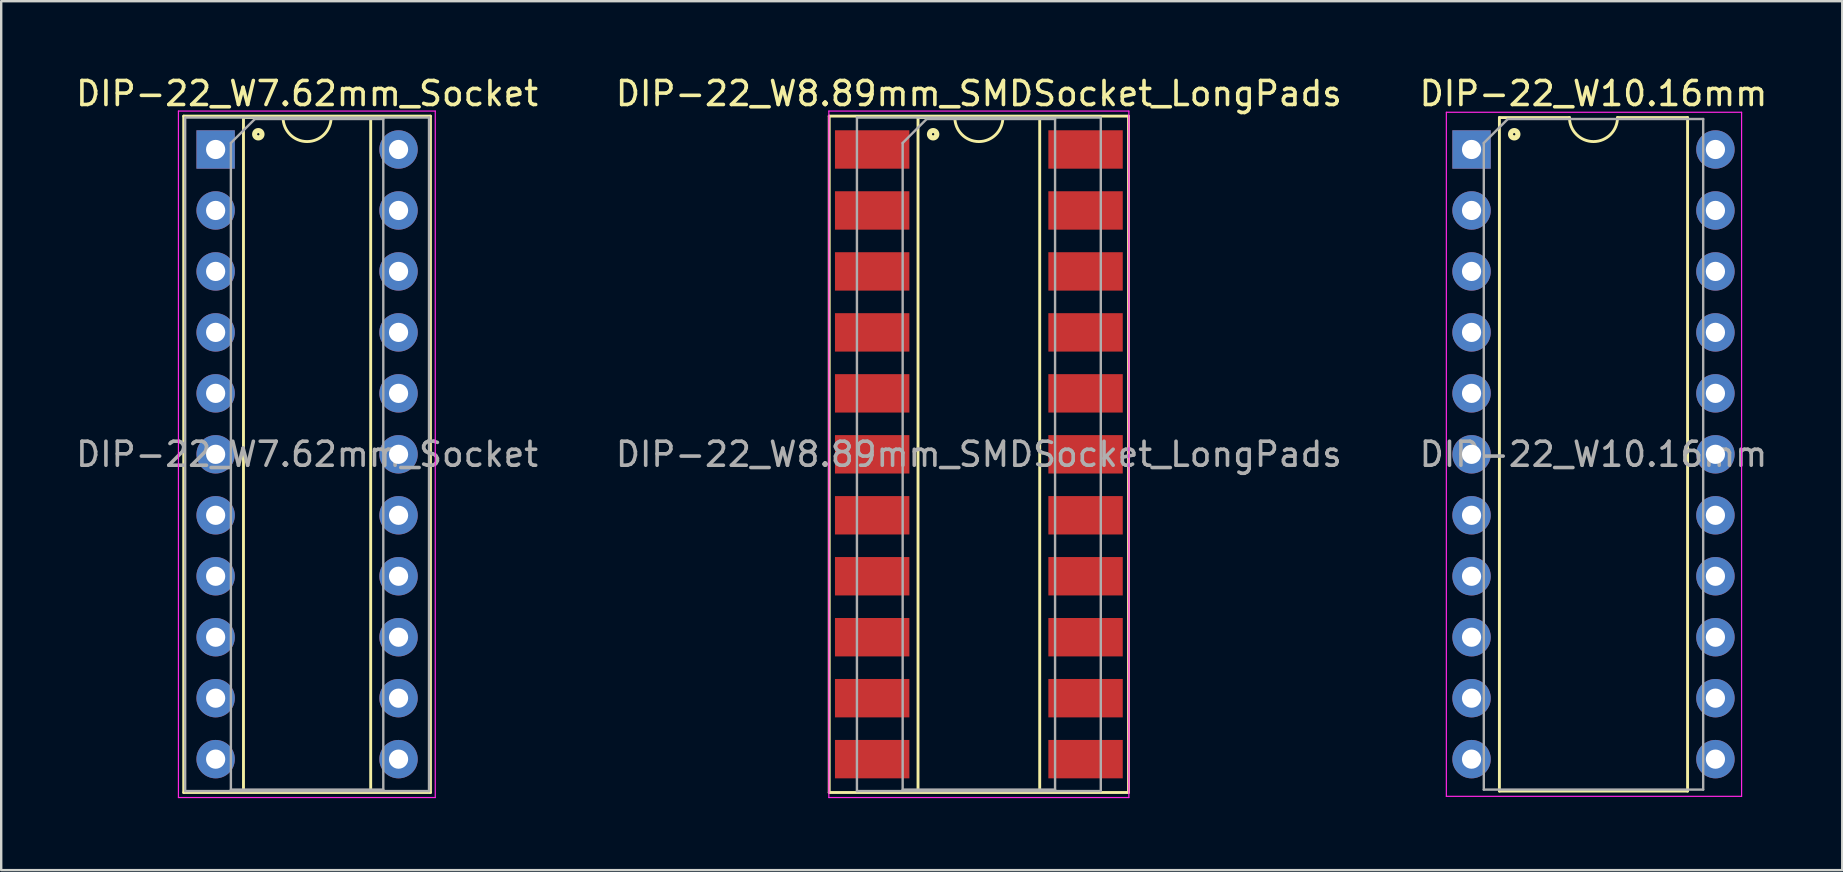
<source format=kicad_pcb>
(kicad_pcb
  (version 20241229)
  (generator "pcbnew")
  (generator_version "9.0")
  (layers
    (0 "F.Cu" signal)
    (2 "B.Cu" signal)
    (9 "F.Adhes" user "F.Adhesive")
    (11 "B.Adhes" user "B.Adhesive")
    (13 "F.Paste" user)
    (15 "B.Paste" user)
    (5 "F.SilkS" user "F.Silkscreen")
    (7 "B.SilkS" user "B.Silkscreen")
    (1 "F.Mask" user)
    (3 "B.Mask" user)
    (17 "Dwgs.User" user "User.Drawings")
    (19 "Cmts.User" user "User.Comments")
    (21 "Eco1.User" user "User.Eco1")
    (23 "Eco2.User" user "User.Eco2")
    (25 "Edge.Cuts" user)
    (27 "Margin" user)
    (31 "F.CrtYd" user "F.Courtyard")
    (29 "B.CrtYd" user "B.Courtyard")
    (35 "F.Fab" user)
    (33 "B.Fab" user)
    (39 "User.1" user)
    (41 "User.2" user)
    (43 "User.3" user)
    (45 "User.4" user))
  (footprint "DIP-22_W8.89mm_SMDSocket_LongPads"
    (layer "F.Cu")
    (at 37.732 15.878)
    (property "Reference" "DIP-22_W8.89mm_SMDSocket_LongPads" (at 0 -15.03 0) (layer "F.SilkS") (effects (font (size 1 1) (thickness 0.15))))
    (attr smd)
    (fp_line (start -6.235 -14.09) (end -6.235 14.09) (stroke (width 0.12) (type solid)) (layer "F.SilkS"))
    (fp_line (start -6.235 14.09) (end 6.235 14.09) (stroke (width 0.12) (type solid)) (layer "F.SilkS"))
    (fp_line (start -2.535 -14.03) (end -2.535 14.03) (stroke (width 0.12) (type solid)) (layer "F.SilkS"))
    (fp_line (start -2.535 14.03) (end 2.535 14.03) (stroke (width 0.12) (type solid)) (layer "F.SilkS"))
    (fp_line (start -1 -14.03) (end -2.535 -14.03) (stroke (width 0.12) (type solid)) (layer "F.SilkS"))
    (fp_line (start 2.535 -14.03) (end 1 -14.03) (stroke (width 0.12) (type solid)) (layer "F.SilkS"))
    (fp_line (start 2.535 14.03) (end 2.535 -14.03) (stroke (width 0.12) (type solid)) (layer "F.SilkS"))
    (fp_line (start 6.235 -14.09) (end -6.235 -14.09) (stroke (width 0.12) (type solid)) (layer "F.SilkS"))
    (fp_line (start 6.235 14.09) (end 6.235 -14.09) (stroke (width 0.12) (type solid)) (layer "F.SilkS"))
    (fp_arc (start 1 -14.03) (mid 0 -13.03) (end -1 -14.03) (stroke (width 0.12) (type solid)) (layer "F.SilkS"))
    (fp_circle (center -1.905 -13.335) (end -1.855 -13.335) (stroke (width 0.12) (type solid)) (fill no) (layer "F.SilkS"))
    (fp_circle (center -1.905 -13.335) (end -1.78 -13.335) (stroke (width 0.12) (type solid)) (fill no) (layer "F.SilkS"))
    (fp_circle (center -1.905 -13.335) (end -1.705 -13.335) (stroke (width 0.12) (type solid)) (fill no) (layer "F.SilkS"))
    (fp_line (start -6.25 -14.3) (end -6.25 14.3) (stroke (width 0.05) (type solid)) (layer "F.CrtYd"))
    (fp_line (start -6.25 14.3) (end 6.25 14.3) (stroke (width 0.05) (type solid)) (layer "F.CrtYd"))
    (fp_line (start 6.25 -14.3) (end -6.25 -14.3) (stroke (width 0.05) (type solid)) (layer "F.CrtYd"))
    (fp_line (start 6.25 14.3) (end 6.25 -14.3) (stroke (width 0.05) (type solid)) (layer "F.CrtYd"))
    (fp_line (start -5.08 -14.03) (end -5.08 14.03) (stroke (width 0.1) (type solid)) (layer "F.Fab"))
    (fp_line (start -5.08 14.03) (end 5.08 14.03) (stroke (width 0.1) (type solid)) (layer "F.Fab"))
    (fp_line (start -3.175 -12.97) (end -2.175 -13.97) (stroke (width 0.1) (type solid)) (layer "F.Fab"))
    (fp_line (start -3.175 13.97) (end -3.175 -12.97) (stroke (width 0.1) (type solid)) (layer "F.Fab"))
    (fp_line (start -2.175 -13.97) (end 3.175 -13.97) (stroke (width 0.1) (type solid)) (layer "F.Fab"))
    (fp_line (start 3.175 -13.97) (end 3.175 13.97) (stroke (width 0.1) (type solid)) (layer "F.Fab"))
    (fp_line (start 3.175 13.97) (end -3.175 13.97) (stroke (width 0.1) (type solid)) (layer "F.Fab"))
    (fp_line (start 5.08 -14.03) (end -5.08 -14.03) (stroke (width 0.1) (type solid)) (layer "F.Fab"))
    (fp_line (start 5.08 14.03) (end 5.08 -14.03) (stroke (width 0.1) (type solid)) (layer "F.Fab"))
    (fp_text user "${REFERENCE}" (at 0 0 0) (layer "F.Fab") (effects (font (size 1 1) (thickness 0.15))))
    (pad "1" smd rect (at -4.445 -12.7) (size 3.1 1.6) (layers "F.Cu" "F.Mask" "F.Paste"))
    (pad "2" smd rect (at -4.445 -10.16) (size 3.1 1.6) (layers "F.Cu" "F.Mask" "F.Paste"))
    (pad "3" smd rect (at -4.445 -7.62) (size 3.1 1.6) (layers "F.Cu" "F.Mask" "F.Paste"))
    (pad "4" smd rect (at -4.445 -5.08) (size 3.1 1.6) (layers "F.Cu" "F.Mask" "F.Paste"))
    (pad "5" smd rect (at -4.445 -2.54) (size 3.1 1.6) (layers "F.Cu" "F.Mask" "F.Paste"))
    (pad "6" smd rect (at -4.445 0) (size 3.1 1.6) (layers "F.Cu" "F.Mask" "F.Paste"))
    (pad "7" smd rect (at -4.445 2.54) (size 3.1 1.6) (layers "F.Cu" "F.Mask" "F.Paste"))
    (pad "8" smd rect (at -4.445 5.08) (size 3.1 1.6) (layers "F.Cu" "F.Mask" "F.Paste"))
    (pad "9" smd rect (at -4.445 7.62) (size 3.1 1.6) (layers "F.Cu" "F.Mask" "F.Paste"))
    (pad "10" smd rect (at -4.445 10.16) (size 3.1 1.6) (layers "F.Cu" "F.Mask" "F.Paste"))
    (pad "11" smd rect (at -4.445 12.7) (size 3.1 1.6) (layers "F.Cu" "F.Mask" "F.Paste"))
    (pad "12" smd rect (at 4.445 12.7) (size 3.1 1.6) (layers "F.Cu" "F.Mask" "F.Paste"))
    (pad "13" smd rect (at 4.445 10.16) (size 3.1 1.6) (layers "F.Cu" "F.Mask" "F.Paste"))
    (pad "14" smd rect (at 4.445 7.62) (size 3.1 1.6) (layers "F.Cu" "F.Mask" "F.Paste"))
    (pad "15" smd rect (at 4.445 5.08) (size 3.1 1.6) (layers "F.Cu" "F.Mask" "F.Paste"))
    (pad "16" smd rect (at 4.445 2.54) (size 3.1 1.6) (layers "F.Cu" "F.Mask" "F.Paste"))
    (pad "17" smd rect (at 4.445 0) (size 3.1 1.6) (layers "F.Cu" "F.Mask" "F.Paste"))
    (pad "18" smd rect (at 4.445 -2.54) (size 3.1 1.6) (layers "F.Cu" "F.Mask" "F.Paste"))
    (pad "19" smd rect (at 4.445 -5.08) (size 3.1 1.6) (layers "F.Cu" "F.Mask" "F.Paste"))
    (pad "20" smd rect (at 4.445 -7.62) (size 3.1 1.6) (layers "F.Cu" "F.Mask" "F.Paste"))
    (pad "21" smd rect (at 4.445 -10.16) (size 3.1 1.6) (layers "F.Cu" "F.Mask" "F.Paste"))
    (pad "22" smd rect (at 4.445 -12.7) (size 3.1 1.6) (layers "F.Cu" "F.Mask" "F.Paste")))
  (footprint "DIP-22_W7.62mm_Socket"
    (layer "F.Cu")
    (at 5.934 3.178)
    (property "Reference" "DIP-22_W7.62mm_Socket" (at 3.81 -2.33 0) (layer "F.SilkS") (effects (font (size 1 1) (thickness 0.15))))
    (attr through_hole)
    (fp_line (start -1.33 -1.39) (end -1.33 26.79) (stroke (width 0.12) (type solid)) (layer "F.SilkS"))
    (fp_line (start -1.33 26.79) (end 8.95 26.79) (stroke (width 0.12) (type solid)) (layer "F.SilkS"))
    (fp_line (start 1.16 -1.33) (end 1.16 26.73) (stroke (width 0.12) (type solid)) (layer "F.SilkS"))
    (fp_line (start 1.16 26.73) (end 6.46 26.73) (stroke (width 0.12) (type solid)) (layer "F.SilkS"))
    (fp_line (start 2.81 -1.33) (end 1.16 -1.33) (stroke (width 0.12) (type solid)) (layer "F.SilkS"))
    (fp_line (start 6.46 -1.33) (end 4.81 -1.33) (stroke (width 0.12) (type solid)) (layer "F.SilkS"))
    (fp_line (start 6.46 26.73) (end 6.46 -1.33) (stroke (width 0.12) (type solid)) (layer "F.SilkS"))
    (fp_line (start 8.95 -1.39) (end -1.33 -1.39) (stroke (width 0.12) (type solid)) (layer "F.SilkS"))
    (fp_line (start 8.95 26.79) (end 8.95 -1.39) (stroke (width 0.12) (type solid)) (layer "F.SilkS"))
    (fp_arc (start 4.81 -1.33) (mid 3.81 -0.33) (end 2.81 -1.33) (stroke (width 0.12) (type solid)) (layer "F.SilkS"))
    (fp_circle (center 1.778 -0.635) (end 1.828 -0.635) (stroke (width 0.12) (type solid)) (fill no) (layer "F.SilkS"))
    (fp_circle (center 1.778 -0.635) (end 1.903 -0.635) (stroke (width 0.12) (type solid)) (fill no) (layer "F.SilkS"))
    (fp_circle (center 1.778 -0.635) (end 1.978 -0.635) (stroke (width 0.12) (type solid)) (fill no) (layer "F.SilkS"))
    (fp_line (start -1.55 -1.6) (end -1.55 27) (stroke (width 0.05) (type solid)) (layer "F.CrtYd"))
    (fp_line (start -1.55 27) (end 9.15 27) (stroke (width 0.05) (type solid)) (layer "F.CrtYd"))
    (fp_line (start 9.15 -1.6) (end -1.55 -1.6) (stroke (width 0.05) (type solid)) (layer "F.CrtYd"))
    (fp_line (start 9.15 27) (end 9.15 -1.6) (stroke (width 0.05) (type solid)) (layer "F.CrtYd"))
    (fp_line (start -1.27 -1.33) (end -1.27 26.73) (stroke (width 0.1) (type solid)) (layer "F.Fab"))
    (fp_line (start -1.27 26.73) (end 8.89 26.73) (stroke (width 0.1) (type solid)) (layer "F.Fab"))
    (fp_line (start 0.635 -0.27) (end 1.635 -1.27) (stroke (width 0.1) (type solid)) (layer "F.Fab"))
    (fp_line (start 0.635 26.67) (end 0.635 -0.27) (stroke (width 0.1) (type solid)) (layer "F.Fab"))
    (fp_line (start 1.635 -1.27) (end 6.985 -1.27) (stroke (width 0.1) (type solid)) (layer "F.Fab"))
    (fp_line (start 6.985 -1.27) (end 6.985 26.67) (stroke (width 0.1) (type solid)) (layer "F.Fab"))
    (fp_line (start 6.985 26.67) (end 0.635 26.67) (stroke (width 0.1) (type solid)) (layer "F.Fab"))
    (fp_line (start 8.89 -1.33) (end -1.27 -1.33) (stroke (width 0.1) (type solid)) (layer "F.Fab"))
    (fp_line (start 8.89 26.73) (end 8.89 -1.33) (stroke (width 0.1) (type solid)) (layer "F.Fab"))
    (fp_text user "${REFERENCE}" (at 3.81 12.7 0) (layer "F.Fab") (effects (font (size 1 1) (thickness 0.15))))
    (pad "1" thru_hole rect (at 0 0) (size 1.6 1.6) (drill 0.8) (layers "*.Cu" "*.Mask"))
    (pad "2" thru_hole oval (at 0 2.54) (size 1.6 1.6) (drill 0.8) (layers "*.Cu" "*.Mask"))
    (pad "3" thru_hole oval (at 0 5.08) (size 1.6 1.6) (drill 0.8) (layers "*.Cu" "*.Mask"))
    (pad "4" thru_hole oval (at 0 7.62) (size 1.6 1.6) (drill 0.8) (layers "*.Cu" "*.Mask"))
    (pad "5" thru_hole oval (at 0 10.16) (size 1.6 1.6) (drill 0.8) (layers "*.Cu" "*.Mask"))
    (pad "6" thru_hole oval (at 0 12.7) (size 1.6 1.6) (drill 0.8) (layers "*.Cu" "*.Mask"))
    (pad "7" thru_hole oval (at 0 15.24) (size 1.6 1.6) (drill 0.8) (layers "*.Cu" "*.Mask"))
    (pad "8" thru_hole oval (at 0 17.78) (size 1.6 1.6) (drill 0.8) (layers "*.Cu" "*.Mask"))
    (pad "9" thru_hole oval (at 0 20.32) (size 1.6 1.6) (drill 0.8) (layers "*.Cu" "*.Mask"))
    (pad "10" thru_hole oval (at 0 22.86) (size 1.6 1.6) (drill 0.8) (layers "*.Cu" "*.Mask"))
    (pad "11" thru_hole oval (at 0 25.4) (size 1.6 1.6) (drill 0.8) (layers "*.Cu" "*.Mask"))
    (pad "12" thru_hole oval (at 7.62 25.4) (size 1.6 1.6) (drill 0.8) (layers "*.Cu" "*.Mask"))
    (pad "13" thru_hole oval (at 7.62 22.86) (size 1.6 1.6) (drill 0.8) (layers "*.Cu" "*.Mask"))
    (pad "14" thru_hole oval (at 7.62 20.32) (size 1.6 1.6) (drill 0.8) (layers "*.Cu" "*.Mask"))
    (pad "15" thru_hole oval (at 7.62 17.78) (size 1.6 1.6) (drill 0.8) (layers "*.Cu" "*.Mask"))
    (pad "16" thru_hole oval (at 7.62 15.24) (size 1.6 1.6) (drill 0.8) (layers "*.Cu" "*.Mask"))
    (pad "17" thru_hole oval (at 7.62 12.7) (size 1.6 1.6) (drill 0.8) (layers "*.Cu" "*.Mask"))
    (pad "18" thru_hole oval (at 7.62 10.16) (size 1.6 1.6) (drill 0.8) (layers "*.Cu" "*.Mask"))
    (pad "19" thru_hole oval (at 7.62 7.62) (size 1.6 1.6) (drill 0.8) (layers "*.Cu" "*.Mask"))
    (pad "20" thru_hole oval (at 7.62 5.08) (size 1.6 1.6) (drill 0.8) (layers "*.Cu" "*.Mask"))
    (pad "21" thru_hole oval (at 7.62 2.54) (size 1.6 1.6) (drill 0.8) (layers "*.Cu" "*.Mask"))
    (pad "22" thru_hole oval (at 7.62 0) (size 1.6 1.6) (drill 0.8) (layers "*.Cu" "*.Mask")))
  (footprint "DIP-22_W10.16mm"
    (layer "F.Cu")
    (at 58.259 3.178)
    (property "Reference" "DIP-22_W10.16mm" (at 5.08 -2.33 0) (layer "F.SilkS") (effects (font (size 1 1) (thickness 0.15))))
    (attr through_hole)
    (fp_line (start 1.16 -1.33) (end 1.16 26.73) (stroke (width 0.12) (type solid)) (layer "F.SilkS"))
    (fp_line (start 1.16 26.73) (end 9 26.73) (stroke (width 0.12) (type solid)) (layer "F.SilkS"))
    (fp_line (start 4.08 -1.33) (end 1.16 -1.33) (stroke (width 0.12) (type solid)) (layer "F.SilkS"))
    (fp_line (start 9 -1.33) (end 6.08 -1.33) (stroke (width 0.12) (type solid)) (layer "F.SilkS"))
    (fp_line (start 9 26.73) (end 9 -1.33) (stroke (width 0.12) (type solid)) (layer "F.SilkS"))
    (fp_arc (start 6.08 -1.33) (mid 5.08 -0.33) (end 4.08 -1.33) (stroke (width 0.12) (type solid)) (layer "F.SilkS"))
    (fp_circle (center 1.778 -0.635) (end 1.828 -0.635) (stroke (width 0.12) (type solid)) (fill no) (layer "F.SilkS"))
    (fp_circle (center 1.778 -0.635) (end 1.903 -0.635) (stroke (width 0.12) (type solid)) (fill no) (layer "F.SilkS"))
    (fp_circle (center 1.778 -0.635) (end 1.978 -0.635) (stroke (width 0.12) (type solid)) (fill no) (layer "F.SilkS"))
    (fp_line (start -1.05 -1.55) (end -1.05 26.95) (stroke (width 0.05) (type solid)) (layer "F.CrtYd"))
    (fp_line (start -1.05 26.95) (end 11.25 26.95) (stroke (width 0.05) (type solid)) (layer "F.CrtYd"))
    (fp_line (start 11.25 -1.55) (end -1.05 -1.55) (stroke (width 0.05) (type solid)) (layer "F.CrtYd"))
    (fp_line (start 11.25 26.95) (end 11.25 -1.55) (stroke (width 0.05) (type solid)) (layer "F.CrtYd"))
    (fp_line (start 0.51 -0.27) (end 1.51 -1.27) (stroke (width 0.1) (type solid)) (layer "F.Fab"))
    (fp_line (start 0.51 26.67) (end 0.51 -0.27) (stroke (width 0.1) (type solid)) (layer "F.Fab"))
    (fp_line (start 1.51 -1.27) (end 9.65 -1.27) (stroke (width 0.1) (type solid)) (layer "F.Fab"))
    (fp_line (start 9.65 -1.27) (end 9.65 26.67) (stroke (width 0.1) (type solid)) (layer "F.Fab"))
    (fp_line (start 9.65 26.67) (end 0.51 26.67) (stroke (width 0.1) (type solid)) (layer "F.Fab"))
    (fp_text user "${REFERENCE}" (at 5.08 12.7 0) (layer "F.Fab") (effects (font (size 1 1) (thickness 0.15))))
    (pad "1" thru_hole rect (at 0 0) (size 1.6 1.6) (drill 0.8) (layers "*.Cu" "*.Mask"))
    (pad "2" thru_hole oval (at 0 2.54) (size 1.6 1.6) (drill 0.8) (layers "*.Cu" "*.Mask"))
    (pad "3" thru_hole oval (at 0 5.08) (size 1.6 1.6) (drill 0.8) (layers "*.Cu" "*.Mask"))
    (pad "4" thru_hole oval (at 0 7.62) (size 1.6 1.6) (drill 0.8) (layers "*.Cu" "*.Mask"))
    (pad "5" thru_hole oval (at 0 10.16) (size 1.6 1.6) (drill 0.8) (layers "*.Cu" "*.Mask"))
    (pad "6" thru_hole oval (at 0 12.7) (size 1.6 1.6) (drill 0.8) (layers "*.Cu" "*.Mask"))
    (pad "7" thru_hole oval (at 0 15.24) (size 1.6 1.6) (drill 0.8) (layers "*.Cu" "*.Mask"))
    (pad "8" thru_hole oval (at 0 17.78) (size 1.6 1.6) (drill 0.8) (layers "*.Cu" "*.Mask"))
    (pad "9" thru_hole oval (at 0 20.32) (size 1.6 1.6) (drill 0.8) (layers "*.Cu" "*.Mask"))
    (pad "10" thru_hole oval (at 0 22.86) (size 1.6 1.6) (drill 0.8) (layers "*.Cu" "*.Mask"))
    (pad "11" thru_hole oval (at 0 25.4) (size 1.6 1.6) (drill 0.8) (layers "*.Cu" "*.Mask"))
    (pad "12" thru_hole oval (at 10.16 25.4) (size 1.6 1.6) (drill 0.8) (layers "*.Cu" "*.Mask"))
    (pad "13" thru_hole oval (at 10.16 22.86) (size 1.6 1.6) (drill 0.8) (layers "*.Cu" "*.Mask"))
    (pad "14" thru_hole oval (at 10.16 20.32) (size 1.6 1.6) (drill 0.8) (layers "*.Cu" "*.Mask"))
    (pad "15" thru_hole oval (at 10.16 17.78) (size 1.6 1.6) (drill 0.8) (layers "*.Cu" "*.Mask"))
    (pad "16" thru_hole oval (at 10.16 15.24) (size 1.6 1.6) (drill 0.8) (layers "*.Cu" "*.Mask"))
    (pad "17" thru_hole oval (at 10.16 12.7) (size 1.6 1.6) (drill 0.8) (layers "*.Cu" "*.Mask"))
    (pad "18" thru_hole oval (at 10.16 10.16) (size 1.6 1.6) (drill 0.8) (layers "*.Cu" "*.Mask"))
    (pad "19" thru_hole oval (at 10.16 7.62) (size 1.6 1.6) (drill 0.8) (layers "*.Cu" "*.Mask"))
    (pad "20" thru_hole oval (at 10.16 5.08) (size 1.6 1.6) (drill 0.8) (layers "*.Cu" "*.Mask"))
    (pad "21" thru_hole oval (at 10.16 2.54) (size 1.6 1.6) (drill 0.8) (layers "*.Cu" "*.Mask"))
    (pad "22" thru_hole oval (at 10.16 0) (size 1.6 1.6) (drill 0.8) (layers "*.Cu" "*.Mask")))
  (gr_rect
    (start -3 -3)
    (end 73.702 33.203)
    (stroke (width 0.1) (type default))
    (fill no)
    (layer "Edge.Cuts")))
</source>
